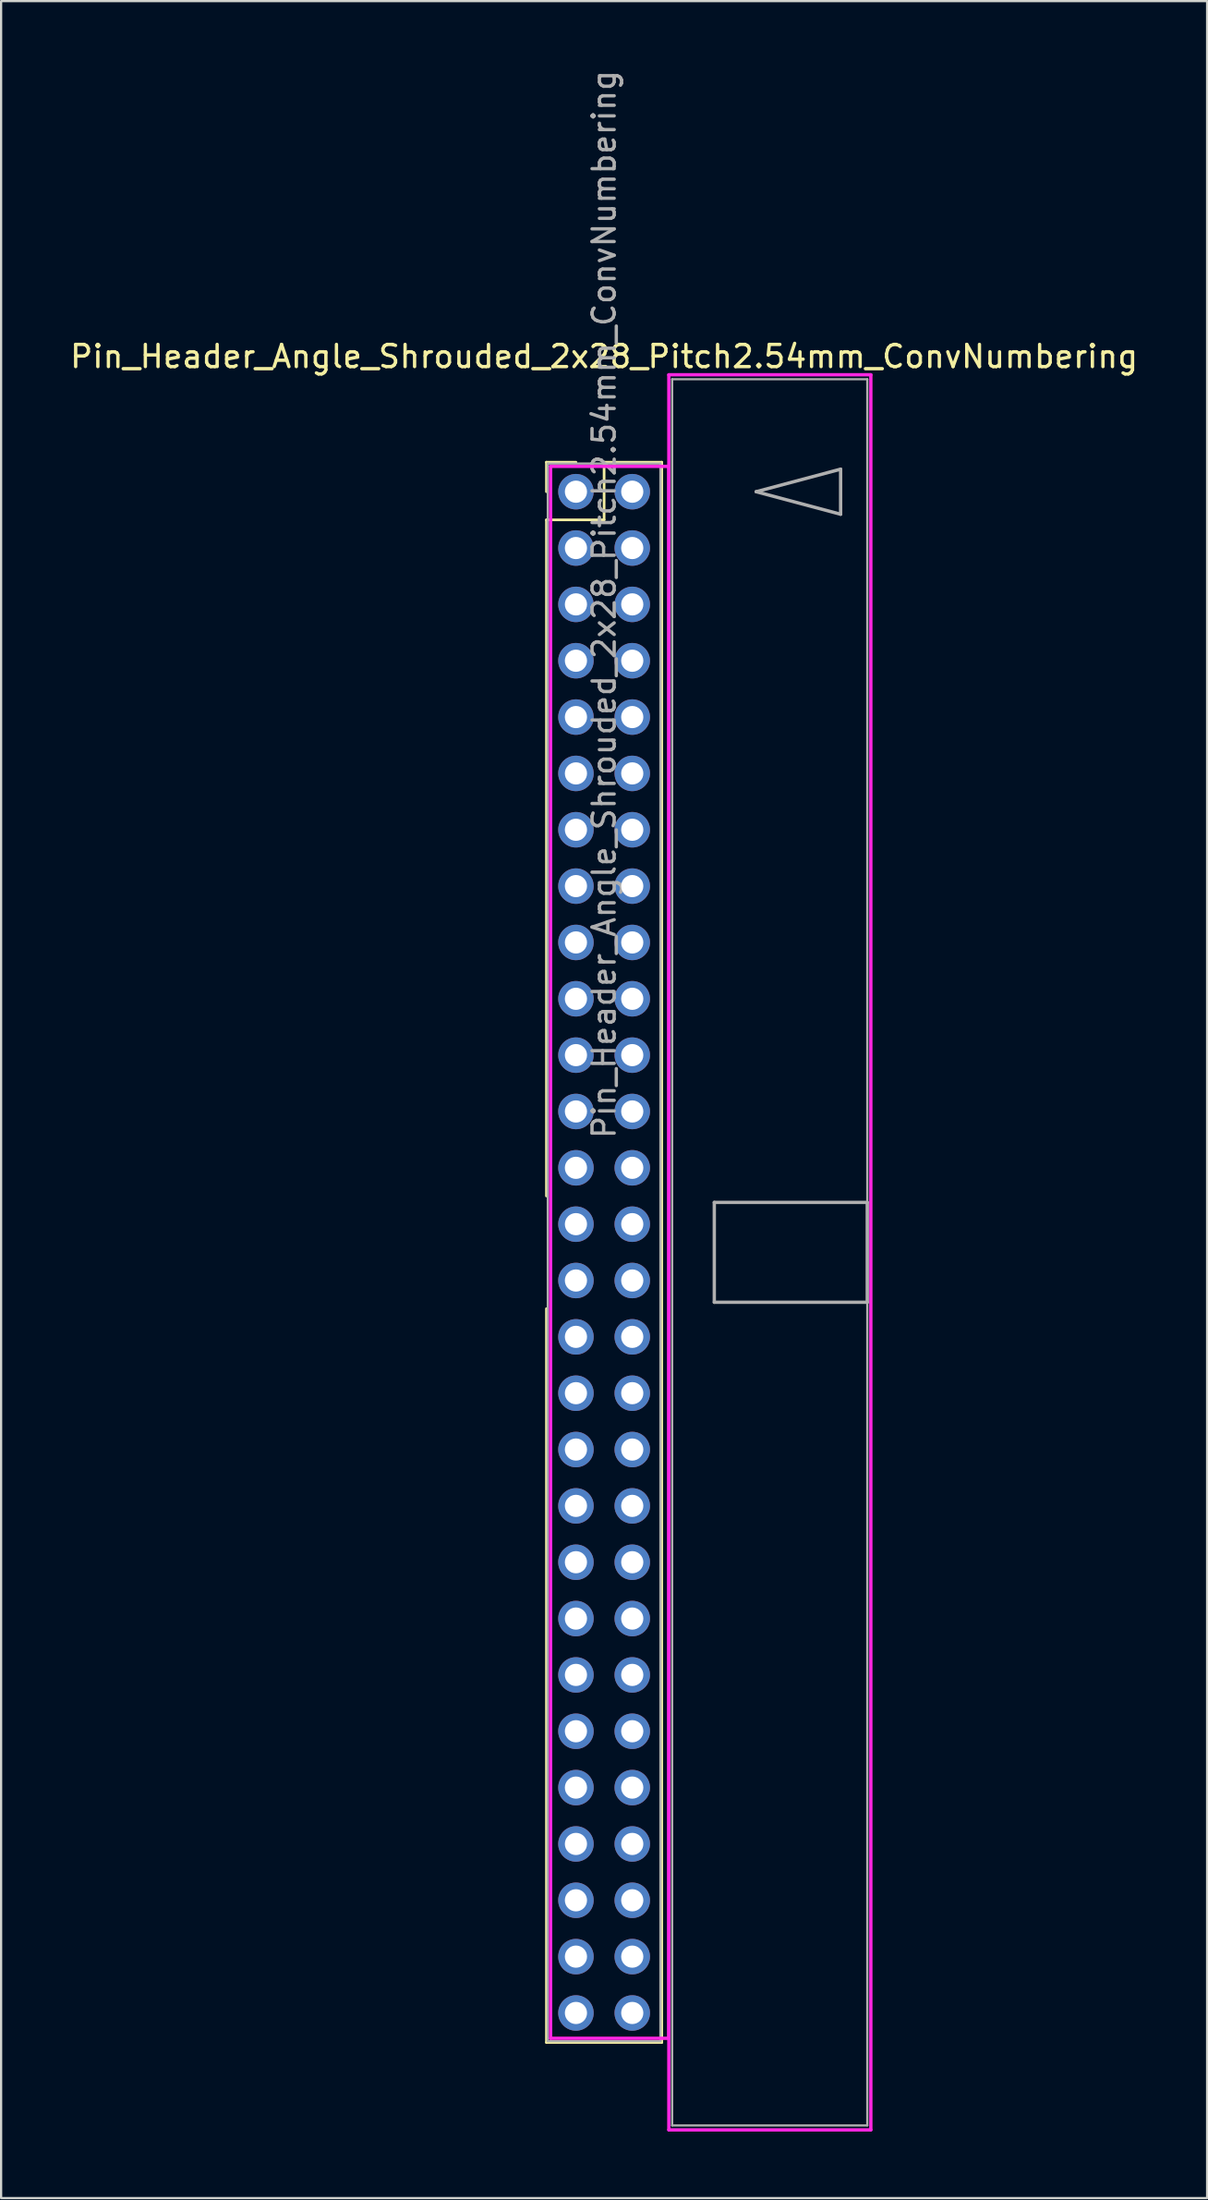
<source format=kicad_pcb>
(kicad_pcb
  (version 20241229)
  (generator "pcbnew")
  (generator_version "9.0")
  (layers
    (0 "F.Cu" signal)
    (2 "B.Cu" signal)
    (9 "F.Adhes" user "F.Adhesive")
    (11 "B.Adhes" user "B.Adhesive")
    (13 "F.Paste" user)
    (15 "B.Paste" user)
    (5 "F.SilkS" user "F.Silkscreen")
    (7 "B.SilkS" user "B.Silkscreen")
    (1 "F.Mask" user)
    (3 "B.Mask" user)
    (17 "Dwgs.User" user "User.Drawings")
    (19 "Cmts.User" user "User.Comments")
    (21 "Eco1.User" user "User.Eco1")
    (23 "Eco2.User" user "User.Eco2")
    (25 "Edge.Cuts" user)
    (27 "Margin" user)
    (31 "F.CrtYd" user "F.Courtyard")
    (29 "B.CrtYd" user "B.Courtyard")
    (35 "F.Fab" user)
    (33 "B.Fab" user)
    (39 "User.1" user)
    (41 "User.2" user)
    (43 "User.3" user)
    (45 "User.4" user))
  (footprint "Pin_Header_Angle_Shrouded_2x28_Pitch2.54mm_ConvNumbering"
    (layer "F.Cu")
    (at 22.926 19.116)
    (property "Reference" "Pin_Header_Angle_Shrouded_2x28_Pitch2.54mm_ConvNumbering" (at 1.27 -6.096 0) (layer "F.SilkS") (effects (font (size 1 1) (thickness 0.15))))
    (attr through_hole)
    (fp_line (start -1.33 -1.33) (end 0 -1.33) (stroke (width 0.12) (type solid)) (layer "F.SilkS"))
    (fp_line (start -1.33 0) (end -1.33 -1.33) (stroke (width 0.12) (type solid)) (layer "F.SilkS"))
    (fp_line (start -1.33 1.27) (end -1.33 31.75) (stroke (width 0.12) (type solid)) (layer "F.SilkS"))
    (fp_line (start -1.33 1.27) (end 1.27 1.27) (stroke (width 0.12) (type solid)) (layer "F.SilkS"))
    (fp_line (start -1.33 36.83) (end -1.33 69.91) (stroke (width 0.12) (type solid)) (layer "F.SilkS"))
    (fp_line (start -1.33 69.91) (end 3.87 69.91) (stroke (width 0.12) (type solid)) (layer "F.SilkS"))
    (fp_line (start 1.27 -1.33) (end 3.87 -1.33) (stroke (width 0.12) (type solid)) (layer "F.SilkS"))
    (fp_line (start 1.27 1.27) (end 1.27 -1.33) (stroke (width 0.12) (type solid)) (layer "F.SilkS"))
    (fp_line (start 3.87 -1.33) (end 3.87 69.91) (stroke (width 0.12) (type solid)) (layer "F.SilkS"))
    (fp_line (start -1.143 -1.143) (end -1.143 69.723) (stroke (width 0.15) (type solid)) (layer "F.CrtYd"))
    (fp_line (start -1.143 69.723) (end 4.19 69.723) (stroke (width 0.15) (type solid)) (layer "F.CrtYd"))
    (fp_line (start 4.19 -5.27) (end 4.19 73.85) (stroke (width 0.15) (type solid)) (layer "F.CrtYd"))
    (fp_line (start 4.19 -1.143) (end -1.143 -1.143) (stroke (width 0.15) (type solid)) (layer "F.CrtYd"))
    (fp_line (start 4.19 69.723) (end 4.19 -1.143) (stroke (width 0.15) (type solid)) (layer "F.CrtYd"))
    (fp_line (start 4.19 73.85) (end 13.3 73.85) (stroke (width 0.15) (type solid)) (layer "F.CrtYd"))
    (fp_line (start 13.3 -5.27) (end 4.19 -5.27) (stroke (width 0.15) (type solid)) (layer "F.CrtYd"))
    (fp_line (start 13.3 73.85) (end 13.3 -5.27) (stroke (width 0.15) (type solid)) (layer "F.CrtYd"))
    (fp_line (start -1.27 -1.27) (end -1.27 69.85) (stroke (width 0.1) (type solid)) (layer "F.Fab"))
    (fp_line (start -1.27 69.85) (end 3.81 69.85) (stroke (width 0.1) (type solid)) (layer "F.Fab"))
    (fp_line (start 3.81 -1.27) (end -1.27 -1.27) (stroke (width 0.1) (type solid)) (layer "F.Fab"))
    (fp_line (start 3.81 69.85) (end 3.81 -1.27) (stroke (width 0.1) (type solid)) (layer "F.Fab"))
    (fp_line (start 4.34 -5.07) (end 4.34 73.65) (stroke (width 0.1) (type solid)) (layer "F.Fab"))
    (fp_line (start 4.34 73.65) (end 13.14 73.65) (stroke (width 0.1) (type solid)) (layer "F.Fab"))
    (fp_line (start 6.24 32.04) (end 6.24 36.54) (stroke (width 0.15) (type solid)) (layer "F.Fab"))
    (fp_line (start 6.24 36.54) (end 13.14 36.54) (stroke (width 0.15) (type solid)) (layer "F.Fab"))
    (fp_line (start 8.128 0) (end 11.938 -1.016) (stroke (width 0.15) (type solid)) (layer "F.Fab"))
    (fp_line (start 11.938 -1.016) (end 11.938 1.016) (stroke (width 0.15) (type solid)) (layer "F.Fab"))
    (fp_line (start 11.938 1.016) (end 8.128 0) (stroke (width 0.15) (type solid)) (layer "F.Fab"))
    (fp_line (start 13.14 -5.07) (end 4.34 -5.07) (stroke (width 0.1) (type solid)) (layer "F.Fab"))
    (fp_line (start 13.14 32.04) (end 6.24 32.04) (stroke (width 0.15) (type solid)) (layer "F.Fab"))
    (fp_line (start 13.14 36.54) (end 13.14 32.04) (stroke (width 0.15) (type solid)) (layer "F.Fab"))
    (fp_line (start 13.14 73.65) (end 13.14 -5.07) (stroke (width 0.1) (type solid)) (layer "F.Fab"))
    (fp_text user "${REFERENCE}" (at 1.27 5.08 90) (layer "F.Fab") (effects (font (size 1 1) (thickness 0.15))))
    (pad "1" thru_hole oval (at 0 0) (size 1.6 1.6) (drill 1) (layers "*.Cu" "*.Mask"))
    (pad "2" thru_hole oval (at 2.54 0) (size 1.6 1.6) (drill 1) (layers "*.Cu" "*.Mask"))
    (pad "3" thru_hole oval (at 0 2.54) (size 1.6 1.6) (drill 1) (layers "*.Cu" "*.Mask"))
    (pad "4" thru_hole oval (at 2.54 2.54) (size 1.6 1.6) (drill 1) (layers "*.Cu" "*.Mask"))
    (pad "5" thru_hole oval (at 0 5.08) (size 1.6 1.6) (drill 1) (layers "*.Cu" "*.Mask"))
    (pad "6" thru_hole oval (at 2.54 5.08) (size 1.6 1.6) (drill 1) (layers "*.Cu" "*.Mask"))
    (pad "7" thru_hole oval (at 0 7.62) (size 1.6 1.6) (drill 1) (layers "*.Cu" "*.Mask"))
    (pad "8" thru_hole oval (at 2.54 7.62) (size 1.6 1.6) (drill 1) (layers "*.Cu" "*.Mask"))
    (pad "9" thru_hole oval (at 0 10.16) (size 1.6 1.6) (drill 1) (layers "*.Cu" "*.Mask"))
    (pad "10" thru_hole oval (at 2.54 10.16) (size 1.6 1.6) (drill 1) (layers "*.Cu" "*.Mask"))
    (pad "11" thru_hole oval (at 0 12.7) (size 1.6 1.6) (drill 1) (layers "*.Cu" "*.Mask"))
    (pad "12" thru_hole oval (at 2.54 12.7) (size 1.6 1.6) (drill 1) (layers "*.Cu" "*.Mask"))
    (pad "13" thru_hole oval (at 0 15.24) (size 1.6 1.6) (drill 1) (layers "*.Cu" "*.Mask"))
    (pad "14" thru_hole oval (at 2.54 15.24) (size 1.6 1.6) (drill 1) (layers "*.Cu" "*.Mask"))
    (pad "15" thru_hole oval (at 0 17.78) (size 1.6 1.6) (drill 1) (layers "*.Cu" "*.Mask"))
    (pad "16" thru_hole oval (at 2.54 17.78) (size 1.6 1.6) (drill 1) (layers "*.Cu" "*.Mask"))
    (pad "17" thru_hole oval (at 0 20.32) (size 1.6 1.6) (drill 1) (layers "*.Cu" "*.Mask"))
    (pad "18" thru_hole oval (at 2.54 20.32) (size 1.6 1.6) (drill 1) (layers "*.Cu" "*.Mask"))
    (pad "19" thru_hole oval (at 0 22.86) (size 1.6 1.6) (drill 1) (layers "*.Cu" "*.Mask"))
    (pad "20" thru_hole oval (at 2.54 22.86) (size 1.6 1.6) (drill 1) (layers "*.Cu" "*.Mask"))
    (pad "21" thru_hole oval (at 0 25.4) (size 1.6 1.6) (drill 1) (layers "*.Cu" "*.Mask"))
    (pad "22" thru_hole oval (at 2.54 25.4) (size 1.6 1.6) (drill 1) (layers "*.Cu" "*.Mask"))
    (pad "23" thru_hole oval (at 0 27.94) (size 1.6 1.6) (drill 1) (layers "*.Cu" "*.Mask"))
    (pad "24" thru_hole oval (at 2.54 27.94) (size 1.6 1.6) (drill 1) (layers "*.Cu" "*.Mask"))
    (pad "25" thru_hole oval (at 0 30.48) (size 1.6 1.6) (drill 1) (layers "*.Cu" "*.Mask"))
    (pad "26" thru_hole oval (at 2.54 30.48) (size 1.6 1.6) (drill 1) (layers "*.Cu" "*.Mask"))
    (pad "27" thru_hole oval (at 0 33.02) (size 1.6 1.6) (drill 1) (layers "*.Cu" "*.Mask"))
    (pad "28" thru_hole oval (at 2.54 33.02) (size 1.6 1.6) (drill 1) (layers "*.Cu" "*.Mask"))
    (pad "29" thru_hole oval (at 0 35.56) (size 1.6 1.6) (drill 1) (layers "*.Cu" "*.Mask"))
    (pad "30" thru_hole oval (at 2.54 35.56) (size 1.6 1.6) (drill 1) (layers "*.Cu" "*.Mask"))
    (pad "31" thru_hole oval (at 0 38.1) (size 1.6 1.6) (drill 1) (layers "*.Cu" "*.Mask"))
    (pad "32" thru_hole oval (at 2.54 38.1) (size 1.6 1.6) (drill 1) (layers "*.Cu" "*.Mask"))
    (pad "33" thru_hole oval (at 0 40.64) (size 1.6 1.6) (drill 1) (layers "*.Cu" "*.Mask"))
    (pad "34" thru_hole oval (at 2.54 40.64) (size 1.6 1.6) (drill 1) (layers "*.Cu" "*.Mask"))
    (pad "35" thru_hole oval (at 0 43.18) (size 1.6 1.6) (drill 1) (layers "*.Cu" "*.Mask"))
    (pad "36" thru_hole oval (at 2.54 43.18) (size 1.6 1.6) (drill 1) (layers "*.Cu" "*.Mask"))
    (pad "37" thru_hole oval (at 0 45.72) (size 1.6 1.6) (drill 1) (layers "*.Cu" "*.Mask"))
    (pad "38" thru_hole oval (at 2.54 45.72) (size 1.6 1.6) (drill 1) (layers "*.Cu" "*.Mask"))
    (pad "39" thru_hole oval (at 0 48.26) (size 1.6 1.6) (drill 1) (layers "*.Cu" "*.Mask"))
    (pad "40" thru_hole oval (at 2.54 48.26) (size 1.6 1.6) (drill 1) (layers "*.Cu" "*.Mask"))
    (pad "41" thru_hole oval (at 0 50.8) (size 1.6 1.6) (drill 1) (layers "*.Cu" "*.Mask"))
    (pad "42" thru_hole oval (at 2.54 50.8) (size 1.6 1.6) (drill 1) (layers "*.Cu" "*.Mask"))
    (pad "43" thru_hole oval (at 0 53.34) (size 1.6 1.6) (drill 1) (layers "*.Cu" "*.Mask"))
    (pad "44" thru_hole oval (at 2.54 53.34) (size 1.6 1.6) (drill 1) (layers "*.Cu" "*.Mask"))
    (pad "45" thru_hole oval (at 0 55.88) (size 1.6 1.6) (drill 1) (layers "*.Cu" "*.Mask"))
    (pad "46" thru_hole oval (at 2.54 55.88) (size 1.6 1.6) (drill 1) (layers "*.Cu" "*.Mask"))
    (pad "47" thru_hole oval (at 0 58.42) (size 1.6 1.6) (drill 1) (layers "*.Cu" "*.Mask"))
    (pad "48" thru_hole oval (at 2.54 58.42) (size 1.6 1.6) (drill 1) (layers "*.Cu" "*.Mask"))
    (pad "49" thru_hole oval (at 0 60.96) (size 1.6 1.6) (drill 1) (layers "*.Cu" "*.Mask"))
    (pad "50" thru_hole oval (at 2.54 60.96) (size 1.6 1.6) (drill 1) (layers "*.Cu" "*.Mask"))
    (pad "51" thru_hole oval (at 0 63.5) (size 1.6 1.6) (drill 1) (layers "*.Cu" "*.Mask"))
    (pad "52" thru_hole oval (at 2.54 63.5) (size 1.6 1.6) (drill 1) (layers "*.Cu" "*.Mask"))
    (pad "53" thru_hole oval (at 0 66.04) (size 1.6 1.6) (drill 1) (layers "*.Cu" "*.Mask"))
    (pad "54" thru_hole oval (at 2.54 66.04) (size 1.6 1.6) (drill 1) (layers "*.Cu" "*.Mask"))
    (pad "55" thru_hole oval (at 0 68.58) (size 1.6 1.6) (drill 1) (layers "*.Cu" "*.Mask"))
    (pad "56" thru_hole oval (at 2.54 68.58) (size 1.6 1.6) (drill 1) (layers "*.Cu" "*.Mask")))
  (gr_rect
    (start -3 -3)
    (end 51.393 96.041)
    (stroke (width 0.1) (type default))
    (fill no)
    (layer "Edge.Cuts")))
</source>
